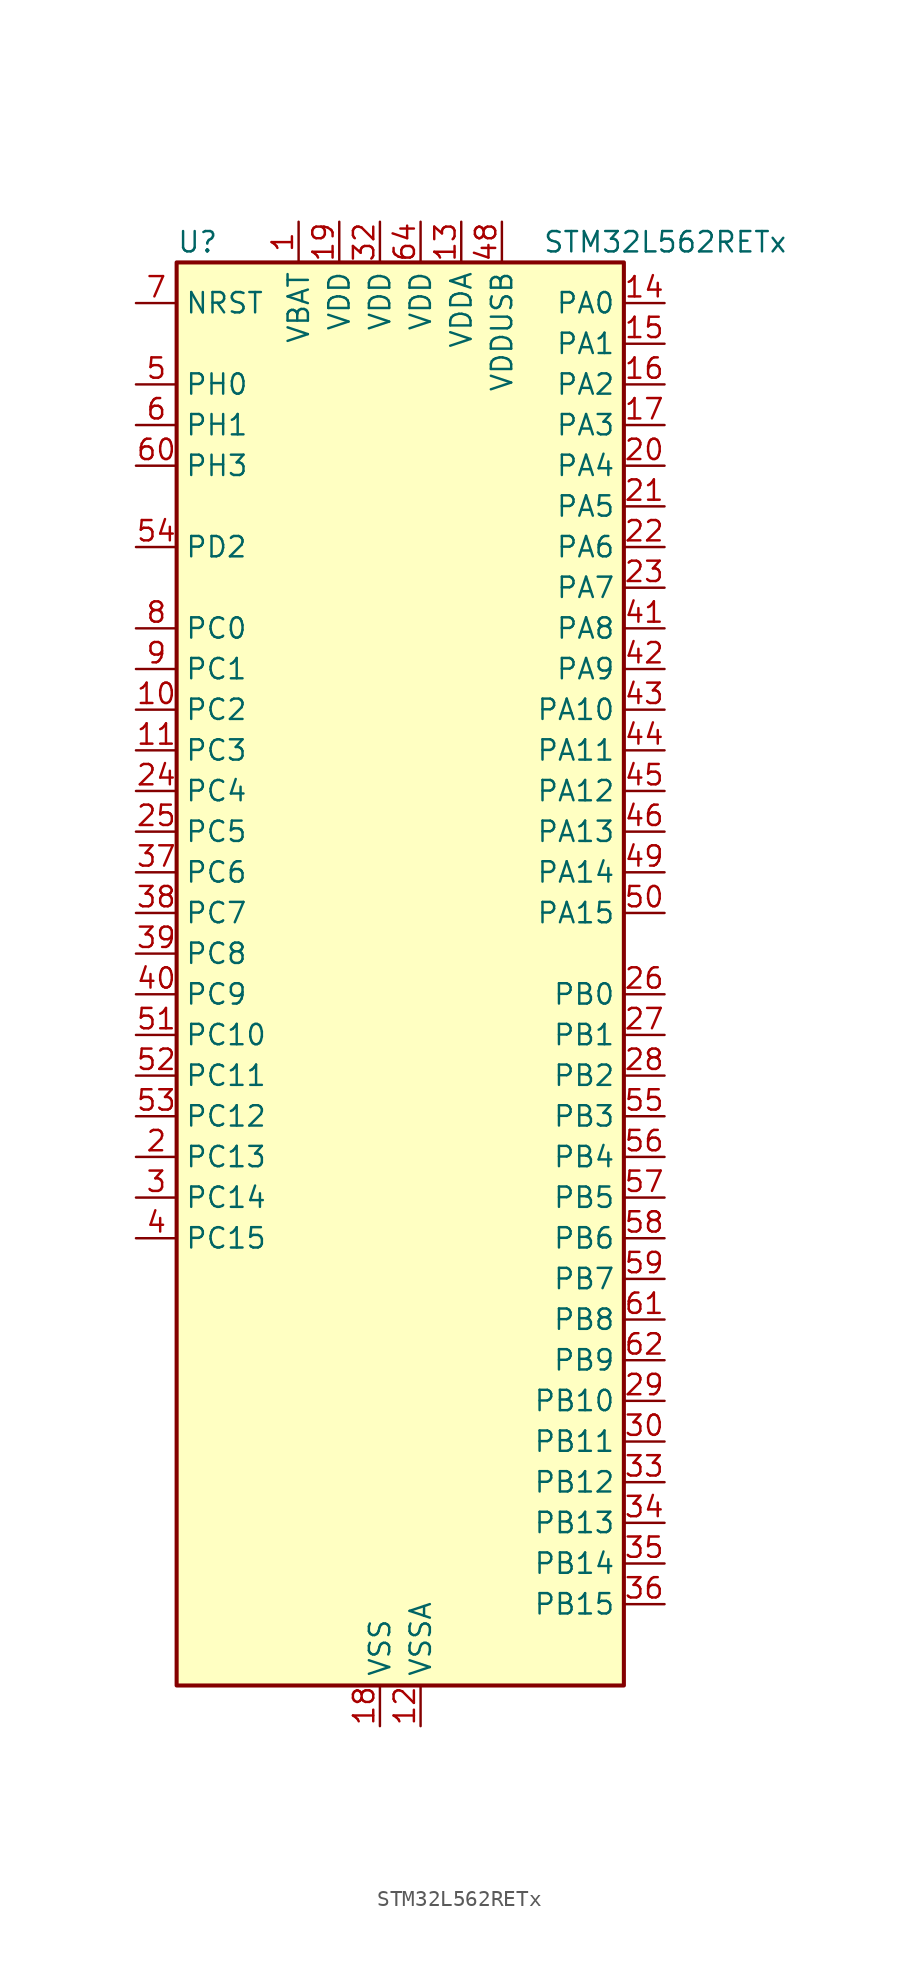
<source format=kicad_sym>
(kicad_symbol_lib
  (version 20220914)
  (generator kicad_symbol_editor)
  (symbol "STM32L562RETx"
    (property "Reference" "U"
      (at -12.7 46.99 0)
      (effects (font (size 1.27 1.27)) (justify left)))
    (property "Value" "STM32L562RETx"
      (at 10.16 46.99 0)
      (effects (font (size 1.27 1.27)) (justify left)))
    (property "ki_locked" ""
      (at 0 0 0)
      (effects (font (size 1.27 1.27))))
    (symbol "STM32L562RETx_0_1"
      (rectangle (start -12.7 -43.18) (end 15.24 45.72) (stroke (width 0.254) (type default)) (fill (type background))))
    (symbol "STM32L562RETx_1_1"
      (pin power_in line (at -5.08 48.26 270) (length 2.54) (name "VBAT" (effects (font (size 1.27 1.27)))) (number "1" (effects (font (size 1.27 1.27)))))
      (pin bidirectional line (at -15.24 17.78 0) (length 2.54) (name "PC2" (effects (font (size 1.27 1.27)))) (number "10" (effects (font (size 1.27 1.27)))) (alternate "ADC1_IN3" bidirectional line) (alternate "ADC2_IN3" bidirectional line) (alternate "DFSDM1_CKOUT" bidirectional line) (alternate "LPTIM1_IN2" bidirectional line) (alternate "OCTOSPI1_IO5" bidirectional line) (alternate "SPI2_MISO" bidirectional line))
      (pin bidirectional line (at -15.24 15.24 0) (length 2.54) (name "PC3" (effects (font (size 1.27 1.27)))) (number "11" (effects (font (size 1.27 1.27)))) (alternate "ADC1_IN4" bidirectional line) (alternate "ADC2_IN4" bidirectional line) (alternate "LPTIM1_ETR" bidirectional line) (alternate "LPTIM2_ETR" bidirectional line) (alternate "LPTIM3_OUT" bidirectional line) (alternate "OCTOSPI1_IO6" bidirectional line) (alternate "SAI1_D1" bidirectional line) (alternate "SAI1_SD_A" bidirectional line) (alternate "SPI2_MOSI" bidirectional line))
      (pin power_in line (at 2.54 -45.72 90) (length 2.54) (name "VSSA" (effects (font (size 1.27 1.27)))) (number "12" (effects (font (size 1.27 1.27)))))
      (pin power_in line (at 5.08 48.26 270) (length 2.54) (name "VDDA" (effects (font (size 1.27 1.27)))) (number "13" (effects (font (size 1.27 1.27)))))
      (pin bidirectional line (at 17.78 43.18 180) (length 2.54) (name "PA0" (effects (font (size 1.27 1.27)))) (number "14" (effects (font (size 1.27 1.27)))) (alternate "ADC1_IN5" bidirectional line) (alternate "ADC2_IN5" bidirectional line) (alternate "OPAMP1_VINP" bidirectional line) (alternate "PWR_WKUP1" bidirectional line) (alternate "SAI1_EXTCLK" bidirectional line) (alternate "TAMP_IN2" bidirectional line) (alternate "TAMP_OUT1" bidirectional line) (alternate "TIM2_CH1" bidirectional line) (alternate "TIM2_ETR" bidirectional line) (alternate "TIM5_CH1" bidirectional line) (alternate "TIM8_ETR" bidirectional line) (alternate "UART4_TX" bidirectional line) (alternate "USART2_CTS" bidirectional line) (alternate "USART2_NSS" bidirectional line))
      (pin bidirectional line (at 17.78 40.64 180) (length 2.54) (name "PA1" (effects (font (size 1.27 1.27)))) (number "15" (effects (font (size 1.27 1.27)))) (alternate "ADC1_IN6" bidirectional line) (alternate "ADC2_IN6" bidirectional line) (alternate "I2C1_SMBA" bidirectional line) (alternate "OCTOSPI1_DQS" bidirectional line) (alternate "OPAMP1_VINM" bidirectional line) (alternate "SPI1_SCK" bidirectional line) (alternate "TAMP_IN5" bidirectional line) (alternate "TAMP_OUT4" bidirectional line) (alternate "TIM15_CH1N" bidirectional line) (alternate "TIM2_CH2" bidirectional line) (alternate "TIM5_CH2" bidirectional line) (alternate "UART4_RX" bidirectional line) (alternate "USART2_DE" bidirectional line) (alternate "USART2_RTS" bidirectional line))
      (pin bidirectional line (at 17.78 38.1 180) (length 2.54) (name "PA2" (effects (font (size 1.27 1.27)))) (number "16" (effects (font (size 1.27 1.27)))) (alternate "ADC1_IN7" bidirectional line) (alternate "ADC2_IN7" bidirectional line) (alternate "COMP1_INP" bidirectional line) (alternate "LPUART1_TX" bidirectional line) (alternate "OCTOSPI1_NCS" bidirectional line) (alternate "PWR_WKUP4" bidirectional line) (alternate "RCC_LSCO" bidirectional line) (alternate "SAI2_EXTCLK" bidirectional line) (alternate "TIM15_CH1" bidirectional line) (alternate "TIM2_CH3" bidirectional line) (alternate "TIM5_CH3" bidirectional line) (alternate "UCPD1_FRSTX1" bidirectional line) (alternate "USART2_TX" bidirectional line))
      (pin bidirectional line (at 17.78 35.56 180) (length 2.54) (name "PA3" (effects (font (size 1.27 1.27)))) (number "17" (effects (font (size 1.27 1.27)))) (alternate "ADC1_IN8" bidirectional line) (alternate "ADC2_IN8" bidirectional line) (alternate "LPUART1_RX" bidirectional line) (alternate "OCTOSPI1_CLK" bidirectional line) (alternate "OPAMP1_VOUT" bidirectional line) (alternate "SAI1_CK1" bidirectional line) (alternate "SAI1_MCLK_A" bidirectional line) (alternate "TIM15_CH2" bidirectional line) (alternate "TIM2_CH4" bidirectional line) (alternate "TIM5_CH4" bidirectional line) (alternate "USART2_RX" bidirectional line))
      (pin power_in line (at 0 -45.72 90) (length 2.54) (name "VSS" (effects (font (size 1.27 1.27)))) (number "18" (effects (font (size 1.27 1.27)))))
      (pin power_in line (at -2.54 48.26 270) (length 2.54) (name "VDD" (effects (font (size 1.27 1.27)))) (number "19" (effects (font (size 1.27 1.27)))))
      (pin bidirectional line (at -15.24 -10.16 0) (length 2.54) (name "PC13" (effects (font (size 1.27 1.27)))) (number "2" (effects (font (size 1.27 1.27)))) (alternate "PWR_WKUP2" bidirectional line) (alternate "RTC_OUT1" bidirectional line) (alternate "RTC_TS" bidirectional line) (alternate "TAMP_IN1" bidirectional line) (alternate "TAMP_OUT2" bidirectional line))
      (pin bidirectional line (at 17.78 33.02 180) (length 2.54) (name "PA4" (effects (font (size 1.27 1.27)))) (number "20" (effects (font (size 1.27 1.27)))) (alternate "ADC1_IN9" bidirectional line) (alternate "ADC2_IN9" bidirectional line) (alternate "DAC1_OUT1" bidirectional line) (alternate "LPTIM2_OUT" bidirectional line) (alternate "OCTOSPI1_NCS" bidirectional line) (alternate "SAI1_FS_B" bidirectional line) (alternate "SPI1_NSS" bidirectional line) (alternate "SPI3_NSS" bidirectional line) (alternate "USART2_CK" bidirectional line))
      (pin bidirectional line (at 17.78 30.48 180) (length 2.54) (name "PA5" (effects (font (size 1.27 1.27)))) (number "21" (effects (font (size 1.27 1.27)))) (alternate "ADC1_IN10" bidirectional line) (alternate "ADC2_IN10" bidirectional line) (alternate "DAC1_OUT2" bidirectional line) (alternate "LPTIM2_ETR" bidirectional line) (alternate "SPI1_SCK" bidirectional line) (alternate "TIM2_CH1" bidirectional line) (alternate "TIM2_ETR" bidirectional line) (alternate "TIM8_CH1N" bidirectional line))
      (pin bidirectional line (at 17.78 27.94 180) (length 2.54) (name "PA6" (effects (font (size 1.27 1.27)))) (number "22" (effects (font (size 1.27 1.27)))) (alternate "ADC1_IN11" bidirectional line) (alternate "ADC2_IN11" bidirectional line) (alternate "LPUART1_CTS" bidirectional line) (alternate "OCTOSPI1_IO3" bidirectional line) (alternate "OPAMP2_VINP" bidirectional line) (alternate "SPI1_MISO" bidirectional line) (alternate "TIM16_CH1" bidirectional line) (alternate "TIM1_BKIN" bidirectional line) (alternate "TIM3_CH1" bidirectional line) (alternate "TIM8_BKIN" bidirectional line) (alternate "USART3_CTS" bidirectional line) (alternate "USART3_NSS" bidirectional line))
      (pin bidirectional line (at 17.78 25.4 180) (length 2.54) (name "PA7" (effects (font (size 1.27 1.27)))) (number "23" (effects (font (size 1.27 1.27)))) (alternate "ADC1_IN12" bidirectional line) (alternate "ADC2_IN12" bidirectional line) (alternate "I2C3_SCL" bidirectional line) (alternate "OCTOSPI1_IO2" bidirectional line) (alternate "OPAMP2_VINM" bidirectional line) (alternate "SPI1_MOSI" bidirectional line) (alternate "TIM17_CH1" bidirectional line) (alternate "TIM1_CH1N" bidirectional line) (alternate "TIM3_CH2" bidirectional line) (alternate "TIM8_CH1N" bidirectional line))
      (pin bidirectional line (at -15.24 12.7 0) (length 2.54) (name "PC4" (effects (font (size 1.27 1.27)))) (number "24" (effects (font (size 1.27 1.27)))) (alternate "ADC1_IN13" bidirectional line) (alternate "ADC2_IN13" bidirectional line) (alternate "COMP1_INM" bidirectional line) (alternate "OCTOSPI1_IO7" bidirectional line) (alternate "USART3_TX" bidirectional line))
      (pin bidirectional line (at -15.24 10.16 0) (length 2.54) (name "PC5" (effects (font (size 1.27 1.27)))) (number "25" (effects (font (size 1.27 1.27)))) (alternate "ADC1_IN14" bidirectional line) (alternate "ADC2_IN14" bidirectional line) (alternate "COMP1_INP" bidirectional line) (alternate "PWR_WKUP5" bidirectional line) (alternate "SAI1_D3" bidirectional line) (alternate "TAMP_IN4" bidirectional line) (alternate "TAMP_OUT5" bidirectional line) (alternate "USART3_RX" bidirectional line))
      (pin bidirectional line (at 17.78 0 180) (length 2.54) (name "PB0" (effects (font (size 1.27 1.27)))) (number "26" (effects (font (size 1.27 1.27)))) (alternate "ADC1_IN15" bidirectional line) (alternate "ADC2_IN15" bidirectional line) (alternate "COMP1_OUT" bidirectional line) (alternate "OCTOSPI1_IO1" bidirectional line) (alternate "OPAMP2_VOUT" bidirectional line) (alternate "SAI1_EXTCLK" bidirectional line) (alternate "SPI1_NSS" bidirectional line) (alternate "TIM1_CH2N" bidirectional line) (alternate "TIM3_CH3" bidirectional line) (alternate "TIM8_CH2N" bidirectional line) (alternate "USART3_CK" bidirectional line))
      (pin bidirectional line (at 17.78 -2.54 180) (length 2.54) (name "PB1" (effects (font (size 1.27 1.27)))) (number "27" (effects (font (size 1.27 1.27)))) (alternate "ADC1_IN16" bidirectional line) (alternate "ADC2_IN16" bidirectional line) (alternate "COMP1_INM" bidirectional line) (alternate "DFSDM1_DATIN0" bidirectional line) (alternate "LPTIM2_IN1" bidirectional line) (alternate "LPUART1_DE" bidirectional line) (alternate "LPUART1_RTS" bidirectional line) (alternate "OCTOSPI1_IO0" bidirectional line) (alternate "TIM1_CH3N" bidirectional line) (alternate "TIM3_CH4" bidirectional line) (alternate "TIM8_CH3N" bidirectional line) (alternate "USART3_DE" bidirectional line) (alternate "USART3_RTS" bidirectional line))
      (pin bidirectional line (at 17.78 -5.08 180) (length 2.54) (name "PB2" (effects (font (size 1.27 1.27)))) (number "28" (effects (font (size 1.27 1.27)))) (alternate "COMP1_INP" bidirectional line) (alternate "DFSDM1_CKIN0" bidirectional line) (alternate "I2C3_SMBA" bidirectional line) (alternate "LPTIM1_OUT" bidirectional line) (alternate "OCTOSPI1_DQS" bidirectional line) (alternate "RTC_OUT2" bidirectional line) (alternate "UCPD1_FRSTX1" bidirectional line))
      (pin bidirectional line (at 17.78 -25.4 180) (length 2.54) (name "PB10" (effects (font (size 1.27 1.27)))) (number "29" (effects (font (size 1.27 1.27)))) (alternate "COMP1_OUT" bidirectional line) (alternate "I2C2_SCL" bidirectional line) (alternate "I2C4_SCL" bidirectional line) (alternate "LPTIM3_OUT" bidirectional line) (alternate "LPUART1_RX" bidirectional line) (alternate "OCTOSPI1_CLK" bidirectional line) (alternate "SAI1_SCK_A" bidirectional line) (alternate "SPI2_SCK" bidirectional line) (alternate "TIM2_CH3" bidirectional line) (alternate "TSC_SYNC" bidirectional line) (alternate "USART3_TX" bidirectional line))
      (pin bidirectional line (at -15.24 -12.7 0) (length 2.54) (name "PC14" (effects (font (size 1.27 1.27)))) (number "3" (effects (font (size 1.27 1.27)))) (alternate "RCC_OSC32_IN" bidirectional line))
      (pin bidirectional line (at 17.78 -27.94 180) (length 2.54) (name "PB11" (effects (font (size 1.27 1.27)))) (number "30" (effects (font (size 1.27 1.27)))) (alternate "ADC1_EXTI11" bidirectional line) (alternate "ADC2_EXTI11" bidirectional line) (alternate "COMP2_OUT" bidirectional line) (alternate "I2C2_SDA" bidirectional line) (alternate "I2C4_SDA" bidirectional line) (alternate "LPUART1_TX" bidirectional line) (alternate "OCTOSPI1_NCS" bidirectional line) (alternate "TIM2_CH4" bidirectional line) (alternate "USART3_RX" bidirectional line))
      (pin passive line (at 0 -45.72 90) (length 2.54) hide (name "VSS" (effects (font (size 1.27 1.27)))) (number "31" (effects (font (size 1.27 1.27)))))
      (pin power_in line (at 0 48.26 270) (length 2.54) (name "VDD" (effects (font (size 1.27 1.27)))) (number "32" (effects (font (size 1.27 1.27)))))
      (pin bidirectional line (at 17.78 -30.48 180) (length 2.54) (name "PB12" (effects (font (size 1.27 1.27)))) (number "33" (effects (font (size 1.27 1.27)))) (alternate "DFSDM1_DATIN1" bidirectional line) (alternate "I2C2_SMBA" bidirectional line) (alternate "LPUART1_DE" bidirectional line) (alternate "LPUART1_RTS" bidirectional line) (alternate "OCTOSPI1_NCLK" bidirectional line) (alternate "SAI2_FS_A" bidirectional line) (alternate "SPI2_NSS" bidirectional line) (alternate "TIM15_BKIN" bidirectional line) (alternate "TIM1_BKIN" bidirectional line) (alternate "TSC_G1_IO1" bidirectional line) (alternate "USART3_CK" bidirectional line))
      (pin bidirectional line (at 17.78 -33.02 180) (length 2.54) (name "PB13" (effects (font (size 1.27 1.27)))) (number "34" (effects (font (size 1.27 1.27)))) (alternate "DFSDM1_CKIN1" bidirectional line) (alternate "I2C2_SCL" bidirectional line) (alternate "LPTIM3_IN1" bidirectional line) (alternate "LPUART1_CTS" bidirectional line) (alternate "SAI2_SCK_A" bidirectional line) (alternate "SPI2_SCK" bidirectional line) (alternate "TIM15_CH1N" bidirectional line) (alternate "TIM1_CH1N" bidirectional line) (alternate "TSC_G1_IO2" bidirectional line) (alternate "UCPD1_FRSTX2" bidirectional line) (alternate "USART3_CTS" bidirectional line) (alternate "USART3_NSS" bidirectional line))
      (pin bidirectional line (at 17.78 -35.56 180) (length 2.54) (name "PB14" (effects (font (size 1.27 1.27)))) (number "35" (effects (font (size 1.27 1.27)))) (alternate "DFSDM1_DATIN2" bidirectional line) (alternate "I2C2_SDA" bidirectional line) (alternate "LPTIM3_ETR" bidirectional line) (alternate "SAI2_MCLK_A" bidirectional line) (alternate "SPI2_MISO" bidirectional line) (alternate "TIM15_CH1" bidirectional line) (alternate "TIM1_CH2N" bidirectional line) (alternate "TIM8_CH2N" bidirectional line) (alternate "TSC_G1_IO3" bidirectional line) (alternate "UCPD1_DBCC2" bidirectional line) (alternate "USART3_DE" bidirectional line) (alternate "USART3_RTS" bidirectional line))
      (pin bidirectional line (at 17.78 -38.1 180) (length 2.54) (name "PB15" (effects (font (size 1.27 1.27)))) (number "36" (effects (font (size 1.27 1.27)))) (alternate "ADC1_EXTI15" bidirectional line) (alternate "ADC2_EXTI15" bidirectional line) (alternate "DFSDM1_CKIN2" bidirectional line) (alternate "RTC_REFIN" bidirectional line) (alternate "SAI2_SD_A" bidirectional line) (alternate "SPI2_MOSI" bidirectional line) (alternate "TIM15_CH2" bidirectional line) (alternate "TIM1_CH3N" bidirectional line) (alternate "TIM8_CH3N" bidirectional line) (alternate "UCPD1_CC2" bidirectional line))
      (pin bidirectional line (at -15.24 7.62 0) (length 2.54) (name "PC6" (effects (font (size 1.27 1.27)))) (number "37" (effects (font (size 1.27 1.27)))) (alternate "DFSDM1_CKIN3" bidirectional line) (alternate "SAI2_MCLK_A" bidirectional line) (alternate "SDMMC1_D0DIR" bidirectional line) (alternate "SDMMC1_D6" bidirectional line) (alternate "TIM3_CH1" bidirectional line) (alternate "TIM8_CH1" bidirectional line) (alternate "TSC_G4_IO1" bidirectional line))
      (pin bidirectional line (at -15.24 5.08 0) (length 2.54) (name "PC7" (effects (font (size 1.27 1.27)))) (number "38" (effects (font (size 1.27 1.27)))) (alternate "DFSDM1_DATIN3" bidirectional line) (alternate "SAI2_MCLK_B" bidirectional line) (alternate "SDMMC1_D123DIR" bidirectional line) (alternate "SDMMC1_D7" bidirectional line) (alternate "TIM3_CH2" bidirectional line) (alternate "TIM8_CH2" bidirectional line) (alternate "TSC_G4_IO2" bidirectional line))
      (pin bidirectional line (at -15.24 2.54 0) (length 2.54) (name "PC8" (effects (font (size 1.27 1.27)))) (number "39" (effects (font (size 1.27 1.27)))) (alternate "SDMMC1_D0" bidirectional line) (alternate "TIM3_CH3" bidirectional line) (alternate "TIM8_CH3" bidirectional line) (alternate "TSC_G4_IO3" bidirectional line))
      (pin bidirectional line (at -15.24 -15.24 0) (length 2.54) (name "PC15" (effects (font (size 1.27 1.27)))) (number "4" (effects (font (size 1.27 1.27)))) (alternate "ADC1_EXTI15" bidirectional line) (alternate "ADC2_EXTI15" bidirectional line) (alternate "RCC_OSC32_OUT" bidirectional line))
      (pin bidirectional line (at -15.24 0 0) (length 2.54) (name "PC9" (effects (font (size 1.27 1.27)))) (number "40" (effects (font (size 1.27 1.27)))) (alternate "DAC1_EXTI9" bidirectional line) (alternate "DEBUG_TRACED0" bidirectional line) (alternate "SAI2_EXTCLK" bidirectional line) (alternate "SDMMC1_D1" bidirectional line) (alternate "TIM3_CH4" bidirectional line) (alternate "TIM8_BKIN2" bidirectional line) (alternate "TIM8_CH4" bidirectional line) (alternate "TSC_G4_IO4" bidirectional line) (alternate "USB_NOE" bidirectional line))
      (pin bidirectional line (at 17.78 22.86 180) (length 2.54) (name "PA8" (effects (font (size 1.27 1.27)))) (number "41" (effects (font (size 1.27 1.27)))) (alternate "LPTIM2_OUT" bidirectional line) (alternate "RCC_MCO" bidirectional line) (alternate "SAI1_CK2" bidirectional line) (alternate "SAI1_SCK_A" bidirectional line) (alternate "TIM1_CH1" bidirectional line) (alternate "USART1_CK" bidirectional line))
      (pin bidirectional line (at 17.78 20.32 180) (length 2.54) (name "PA9" (effects (font (size 1.27 1.27)))) (number "42" (effects (font (size 1.27 1.27)))) (alternate "DAC1_EXTI9" bidirectional line) (alternate "SAI1_FS_A" bidirectional line) (alternate "SPI2_SCK" bidirectional line) (alternate "TIM15_BKIN" bidirectional line) (alternate "TIM1_CH2" bidirectional line) (alternate "USART1_TX" bidirectional line))
      (pin bidirectional line (at 17.78 17.78 180) (length 2.54) (name "PA10" (effects (font (size 1.27 1.27)))) (number "43" (effects (font (size 1.27 1.27)))) (alternate "CRS_SYNC" bidirectional line) (alternate "SAI1_D1" bidirectional line) (alternate "SAI1_SD_A" bidirectional line) (alternate "TIM17_BKIN" bidirectional line) (alternate "TIM1_CH3" bidirectional line) (alternate "USART1_RX" bidirectional line))
      (pin bidirectional line (at 17.78 15.24 180) (length 2.54) (name "PA11" (effects (font (size 1.27 1.27)))) (number "44" (effects (font (size 1.27 1.27)))) (alternate "ADC1_EXTI11" bidirectional line) (alternate "ADC2_EXTI11" bidirectional line) (alternate "FDCAN1_RX" bidirectional line) (alternate "SPI1_MISO" bidirectional line) (alternate "TIM1_BKIN2" bidirectional line) (alternate "TIM1_CH4" bidirectional line) (alternate "USART1_CTS" bidirectional line) (alternate "USART1_NSS" bidirectional line) (alternate "USB_DM" bidirectional line))
      (pin bidirectional line (at 17.78 12.7 180) (length 2.54) (name "PA12" (effects (font (size 1.27 1.27)))) (number "45" (effects (font (size 1.27 1.27)))) (alternate "FDCAN1_TX" bidirectional line) (alternate "SPI1_MOSI" bidirectional line) (alternate "TIM1_ETR" bidirectional line) (alternate "USART1_DE" bidirectional line) (alternate "USART1_RTS" bidirectional line) (alternate "USB_DP" bidirectional line))
      (pin bidirectional line (at 17.78 10.16 180) (length 2.54) (name "PA13" (effects (font (size 1.27 1.27)))) (number "46" (effects (font (size 1.27 1.27)))) (alternate "DEBUG_JTMS-SWDIO" bidirectional line) (alternate "IR_OUT" bidirectional line) (alternate "SAI1_SD_B" bidirectional line) (alternate "USB_NOE" bidirectional line))
      (pin passive line (at 0 -45.72 90) (length 2.54) hide (name "VSS" (effects (font (size 1.27 1.27)))) (number "47" (effects (font (size 1.27 1.27)))))
      (pin power_in line (at 7.62 48.26 270) (length 2.54) (name "VDDUSB" (effects (font (size 1.27 1.27)))) (number "48" (effects (font (size 1.27 1.27)))))
      (pin bidirectional line (at 17.78 7.62 180) (length 2.54) (name "PA14" (effects (font (size 1.27 1.27)))) (number "49" (effects (font (size 1.27 1.27)))) (alternate "DEBUG_JTCK-SWCLK" bidirectional line) (alternate "I2C1_SMBA" bidirectional line) (alternate "I2C4_SMBA" bidirectional line) (alternate "LPTIM1_OUT" bidirectional line) (alternate "SAI1_FS_B" bidirectional line))
      (pin bidirectional line (at -15.24 38.1 0) (length 2.54) (name "PH0" (effects (font (size 1.27 1.27)))) (number "5" (effects (font (size 1.27 1.27)))) (alternate "RCC_OSC_IN" bidirectional line))
      (pin bidirectional line (at 17.78 5.08 180) (length 2.54) (name "PA15" (effects (font (size 1.27 1.27)))) (number "50" (effects (font (size 1.27 1.27)))) (alternate "ADC1_EXTI15" bidirectional line) (alternate "ADC2_EXTI15" bidirectional line) (alternate "DEBUG_JTDI" bidirectional line) (alternate "SAI2_FS_B" bidirectional line) (alternate "SPI1_NSS" bidirectional line) (alternate "SPI3_NSS" bidirectional line) (alternate "TIM2_CH1" bidirectional line) (alternate "TIM2_ETR" bidirectional line) (alternate "UART4_DE" bidirectional line) (alternate "UART4_RTS" bidirectional line) (alternate "UCPD1_CC1" bidirectional line) (alternate "USART2_RX" bidirectional line) (alternate "USART3_DE" bidirectional line) (alternate "USART3_RTS" bidirectional line))
      (pin bidirectional line (at -15.24 -2.54 0) (length 2.54) (name "PC10" (effects (font (size 1.27 1.27)))) (number "51" (effects (font (size 1.27 1.27)))) (alternate "DEBUG_TRACED1" bidirectional line) (alternate "LPTIM3_ETR" bidirectional line) (alternate "SAI2_SCK_B" bidirectional line) (alternate "SDMMC1_D2" bidirectional line) (alternate "SPI3_SCK" bidirectional line) (alternate "TSC_G3_IO2" bidirectional line) (alternate "UART4_TX" bidirectional line) (alternate "USART3_TX" bidirectional line))
      (pin bidirectional line (at -15.24 -5.08 0) (length 2.54) (name "PC11" (effects (font (size 1.27 1.27)))) (number "52" (effects (font (size 1.27 1.27)))) (alternate "ADC1_EXTI11" bidirectional line) (alternate "ADC2_EXTI11" bidirectional line) (alternate "LPTIM3_IN1" bidirectional line) (alternate "OCTOSPI1_NCS" bidirectional line) (alternate "SAI2_MCLK_B" bidirectional line) (alternate "SDMMC1_D3" bidirectional line) (alternate "SPI3_MISO" bidirectional line) (alternate "TSC_G3_IO3" bidirectional line) (alternate "UART4_RX" bidirectional line) (alternate "UCPD1_FRSTX2" bidirectional line) (alternate "USART3_RX" bidirectional line))
      (pin bidirectional line (at -15.24 -7.62 0) (length 2.54) (name "PC12" (effects (font (size 1.27 1.27)))) (number "53" (effects (font (size 1.27 1.27)))) (alternate "DEBUG_TRACED3" bidirectional line) (alternate "SAI2_SD_B" bidirectional line) (alternate "SDMMC1_CK" bidirectional line) (alternate "SPI3_MOSI" bidirectional line) (alternate "TSC_G3_IO4" bidirectional line) (alternate "UART5_TX" bidirectional line) (alternate "USART3_CK" bidirectional line))
      (pin bidirectional line (at -15.24 27.94 0) (length 2.54) (name "PD2" (effects (font (size 1.27 1.27)))) (number "54" (effects (font (size 1.27 1.27)))) (alternate "DEBUG_TRACED2" bidirectional line) (alternate "SDMMC1_CMD" bidirectional line) (alternate "TIM3_ETR" bidirectional line) (alternate "TSC_SYNC" bidirectional line) (alternate "UART5_RX" bidirectional line) (alternate "USART3_DE" bidirectional line) (alternate "USART3_RTS" bidirectional line))
      (pin bidirectional line (at 17.78 -7.62 180) (length 2.54) (name "PB3" (effects (font (size 1.27 1.27)))) (number "55" (effects (font (size 1.27 1.27)))) (alternate "COMP2_INM" bidirectional line) (alternate "CRS_SYNC" bidirectional line) (alternate "DEBUG_JTDO-SWO" bidirectional line) (alternate "SAI1_SCK_B" bidirectional line) (alternate "SPI1_SCK" bidirectional line) (alternate "SPI3_SCK" bidirectional line) (alternate "TIM2_CH2" bidirectional line) (alternate "USART1_DE" bidirectional line) (alternate "USART1_RTS" bidirectional line))
      (pin bidirectional line (at 17.78 -10.16 180) (length 2.54) (name "PB4" (effects (font (size 1.27 1.27)))) (number "56" (effects (font (size 1.27 1.27)))) (alternate "COMP2_INP" bidirectional line) (alternate "DEBUG_JTRST" bidirectional line) (alternate "I2C3_SDA" bidirectional line) (alternate "SAI1_MCLK_B" bidirectional line) (alternate "SPI1_MISO" bidirectional line) (alternate "SPI3_MISO" bidirectional line) (alternate "TIM17_BKIN" bidirectional line) (alternate "TIM3_CH1" bidirectional line) (alternate "TSC_G2_IO1" bidirectional line) (alternate "UART5_DE" bidirectional line) (alternate "UART5_RTS" bidirectional line) (alternate "USART1_CTS" bidirectional line) (alternate "USART1_NSS" bidirectional line))
      (pin bidirectional line (at 17.78 -12.7 180) (length 2.54) (name "PB5" (effects (font (size 1.27 1.27)))) (number "57" (effects (font (size 1.27 1.27)))) (alternate "COMP2_OUT" bidirectional line) (alternate "I2C1_SMBA" bidirectional line) (alternate "LPTIM1_IN1" bidirectional line) (alternate "OCTOSPI1_NCLK" bidirectional line) (alternate "SAI1_SD_B" bidirectional line) (alternate "SPI1_MOSI" bidirectional line) (alternate "SPI3_MOSI" bidirectional line) (alternate "TIM16_BKIN" bidirectional line) (alternate "TIM3_CH2" bidirectional line) (alternate "TSC_G2_IO2" bidirectional line) (alternate "UART5_CTS" bidirectional line) (alternate "UCPD1_DBCC1" bidirectional line) (alternate "USART1_CK" bidirectional line))
      (pin bidirectional line (at 17.78 -15.24 180) (length 2.54) (name "PB6" (effects (font (size 1.27 1.27)))) (number "58" (effects (font (size 1.27 1.27)))) (alternate "COMP2_INP" bidirectional line) (alternate "I2C1_SCL" bidirectional line) (alternate "I2C4_SCL" bidirectional line) (alternate "LPTIM1_ETR" bidirectional line) (alternate "SAI1_FS_B" bidirectional line) (alternate "TIM16_CH1N" bidirectional line) (alternate "TIM4_CH1" bidirectional line) (alternate "TIM8_BKIN2" bidirectional line) (alternate "TSC_G2_IO3" bidirectional line) (alternate "USART1_TX" bidirectional line))
      (pin bidirectional line (at 17.78 -17.78 180) (length 2.54) (name "PB7" (effects (font (size 1.27 1.27)))) (number "59" (effects (font (size 1.27 1.27)))) (alternate "COMP2_INM" bidirectional line) (alternate "I2C1_SDA" bidirectional line) (alternate "I2C4_SDA" bidirectional line) (alternate "LPTIM1_IN2" bidirectional line) (alternate "PWR_PVD_IN" bidirectional line) (alternate "TIM17_CH1N" bidirectional line) (alternate "TIM4_CH2" bidirectional line) (alternate "TIM8_BKIN" bidirectional line) (alternate "TSC_G2_IO4" bidirectional line) (alternate "UART4_CTS" bidirectional line) (alternate "USART1_RX" bidirectional line))
      (pin bidirectional line (at -15.24 35.56 0) (length 2.54) (name "PH1" (effects (font (size 1.27 1.27)))) (number "6" (effects (font (size 1.27 1.27)))) (alternate "RCC_OSC_OUT" bidirectional line))
      (pin bidirectional line (at -15.24 33.02 0) (length 2.54) (name "PH3" (effects (font (size 1.27 1.27)))) (number "60" (effects (font (size 1.27 1.27)))))
      (pin bidirectional line (at 17.78 -20.32 180) (length 2.54) (name "PB8" (effects (font (size 1.27 1.27)))) (number "61" (effects (font (size 1.27 1.27)))) (alternate "DFSDM1_CKOUT" bidirectional line) (alternate "FDCAN1_RX" bidirectional line) (alternate "I2C1_SCL" bidirectional line) (alternate "SAI1_CK1" bidirectional line) (alternate "SAI1_MCLK_A" bidirectional line) (alternate "SDMMC1_CKIN" bidirectional line) (alternate "SDMMC1_D4" bidirectional line) (alternate "TIM16_CH1" bidirectional line) (alternate "TIM4_CH3" bidirectional line))
      (pin bidirectional line (at 17.78 -22.86 180) (length 2.54) (name "PB9" (effects (font (size 1.27 1.27)))) (number "62" (effects (font (size 1.27 1.27)))) (alternate "DAC1_EXTI9" bidirectional line) (alternate "FDCAN1_TX" bidirectional line) (alternate "I2C1_SDA" bidirectional line) (alternate "IR_OUT" bidirectional line) (alternate "SAI1_D2" bidirectional line) (alternate "SAI1_FS_A" bidirectional line) (alternate "SDMMC1_CDIR" bidirectional line) (alternate "SDMMC1_D5" bidirectional line) (alternate "SPI2_NSS" bidirectional line) (alternate "TIM17_CH1" bidirectional line) (alternate "TIM4_CH4" bidirectional line))
      (pin passive line (at 0 -45.72 90) (length 2.54) hide (name "VSS" (effects (font (size 1.27 1.27)))) (number "63" (effects (font (size 1.27 1.27)))))
      (pin power_in line (at 2.54 48.26 270) (length 2.54) (name "VDD" (effects (font (size 1.27 1.27)))) (number "64" (effects (font (size 1.27 1.27)))))
      (pin input line (at -15.24 43.18 0) (length 2.54) (name "NRST" (effects (font (size 1.27 1.27)))) (number "7" (effects (font (size 1.27 1.27)))))
      (pin bidirectional line (at -15.24 22.86 0) (length 2.54) (name "PC0" (effects (font (size 1.27 1.27)))) (number "8" (effects (font (size 1.27 1.27)))) (alternate "ADC1_IN1" bidirectional line) (alternate "ADC2_IN1" bidirectional line) (alternate "I2C3_SCL" bidirectional line) (alternate "LPTIM1_IN1" bidirectional line) (alternate "LPTIM2_IN1" bidirectional line) (alternate "LPUART1_RX" bidirectional line) (alternate "OCTOSPI1_IO7" bidirectional line) (alternate "SAI2_FS_A" bidirectional line) (alternate "SDMMC1_D5" bidirectional line))
      (pin bidirectional line (at -15.24 20.32 0) (length 2.54) (name "PC1" (effects (font (size 1.27 1.27)))) (number "9" (effects (font (size 1.27 1.27)))) (alternate "ADC1_IN2" bidirectional line) (alternate "ADC2_IN2" bidirectional line) (alternate "DEBUG_TRACED0" bidirectional line) (alternate "I2C3_SDA" bidirectional line) (alternate "LPTIM1_OUT" bidirectional line) (alternate "LPUART1_TX" bidirectional line) (alternate "OCTOSPI1_IO4" bidirectional line) (alternate "SAI1_SD_A" bidirectional line) (alternate "SPI2_MOSI" bidirectional line)))))
</source>
